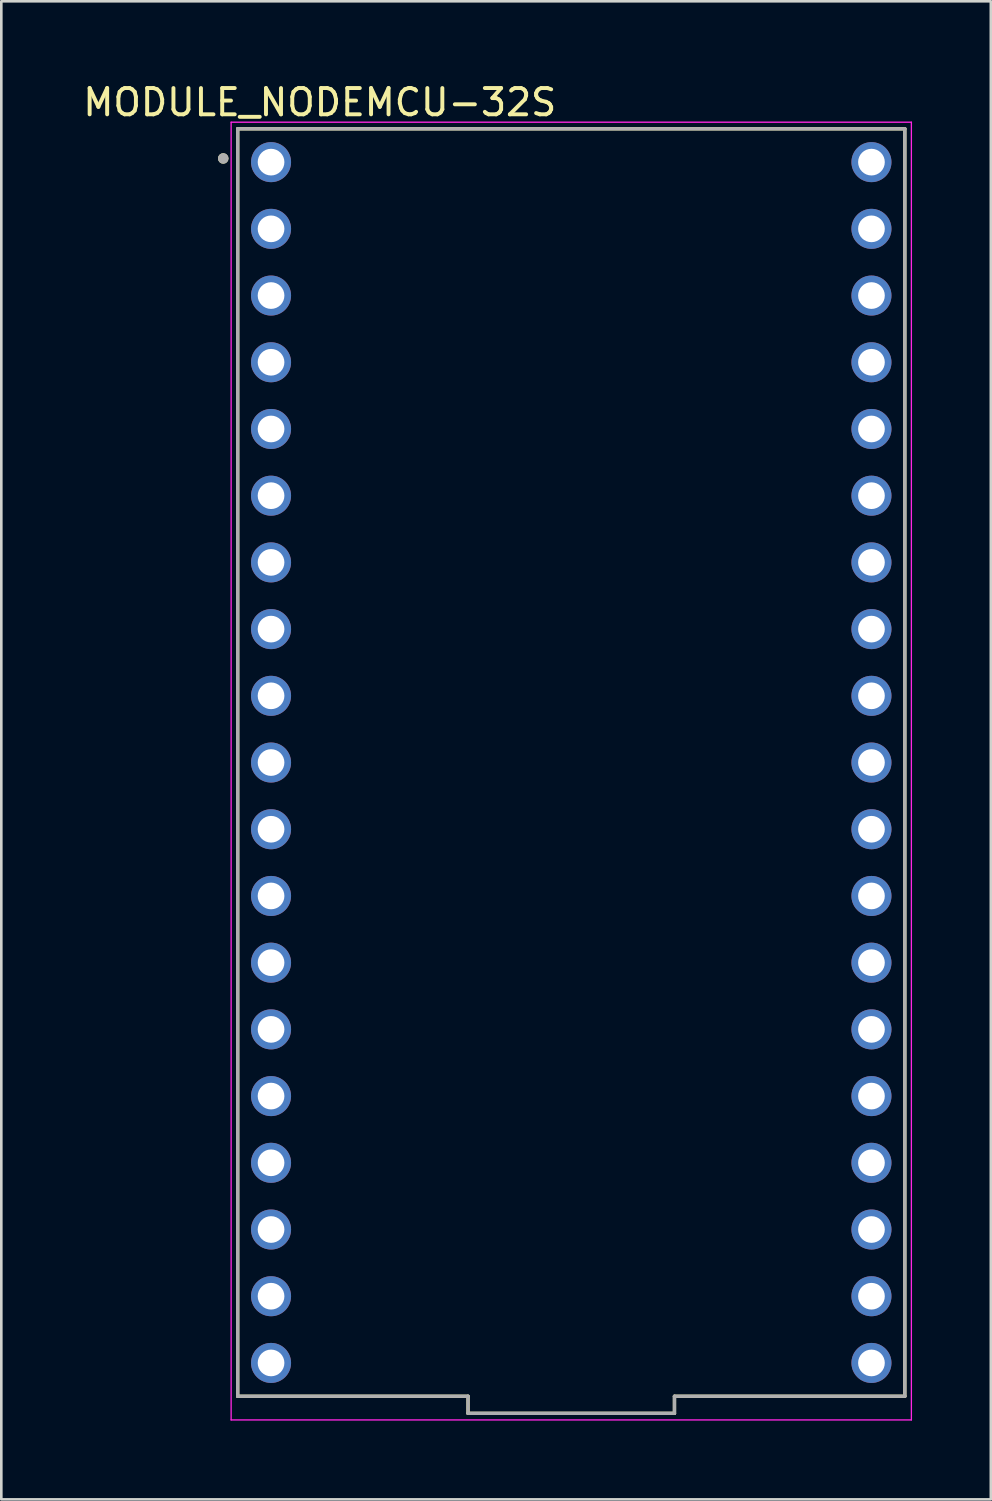
<source format=kicad_pcb>
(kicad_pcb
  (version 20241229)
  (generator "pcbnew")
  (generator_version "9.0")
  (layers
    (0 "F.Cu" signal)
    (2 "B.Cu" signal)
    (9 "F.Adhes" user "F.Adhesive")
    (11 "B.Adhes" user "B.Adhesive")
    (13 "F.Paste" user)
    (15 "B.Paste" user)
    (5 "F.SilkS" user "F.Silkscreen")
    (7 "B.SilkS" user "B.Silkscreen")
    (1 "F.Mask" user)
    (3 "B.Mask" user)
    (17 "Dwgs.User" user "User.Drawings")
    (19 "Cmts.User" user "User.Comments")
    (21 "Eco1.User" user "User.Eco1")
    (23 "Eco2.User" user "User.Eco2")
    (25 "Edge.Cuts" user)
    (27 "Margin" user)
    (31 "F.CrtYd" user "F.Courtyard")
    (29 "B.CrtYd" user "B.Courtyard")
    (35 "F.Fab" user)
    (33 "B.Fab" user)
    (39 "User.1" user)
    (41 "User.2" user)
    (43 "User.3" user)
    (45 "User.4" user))
  (footprint "MODULE_NODEMCU-32S"
    (layer "F.Cu")
    (at 18.7 25.983)
    (property "Reference" "MODULE_NODEMCU-32S" (at -9.575 -25.135 0) (layer "F.SilkS") (effects (font (size 1 1) (thickness 0.15))))
    (attr through_hole)
    (fp_line (start -12.7 -24.13) (end 12.7 -24.13) (stroke (width 0.127) (type solid)) (layer "F.SilkS"))
    (fp_line (start -12.7 24.13) (end -12.7 -24.13) (stroke (width 0.127) (type solid)) (layer "F.SilkS"))
    (fp_line (start -3.93 24.13) (end -12.7 24.13) (stroke (width 0.127) (type solid)) (layer "F.SilkS"))
    (fp_line (start -3.93 24.13) (end -3.93 24.78) (stroke (width 0.127) (type solid)) (layer "F.SilkS"))
    (fp_line (start -3.93 24.78) (end 3.93 24.78) (stroke (width 0.127) (type solid)) (layer "F.SilkS"))
    (fp_line (start 3.93 24.78) (end 3.93 24.13) (stroke (width 0.127) (type solid)) (layer "F.SilkS"))
    (fp_line (start 12.7 -24.13) (end 12.7 24.13) (stroke (width 0.127) (type solid)) (layer "F.SilkS"))
    (fp_line (start 12.7 24.13) (end 3.93 24.13) (stroke (width 0.127) (type solid)) (layer "F.SilkS"))
    (fp_circle (center -13.25 -23) (end -13.15 -23) (stroke (width 0.2) (type solid)) (fill no) (layer "F.SilkS"))
    (fp_line (start -12.95 -24.38) (end -12.95 25.03) (stroke (width 0.05) (type solid)) (layer "F.CrtYd"))
    (fp_line (start -12.95 25.03) (end 12.95 25.03) (stroke (width 0.05) (type solid)) (layer "F.CrtYd"))
    (fp_line (start 12.95 -24.38) (end -12.95 -24.38) (stroke (width 0.05) (type solid)) (layer "F.CrtYd"))
    (fp_line (start 12.95 25.03) (end 12.95 -24.38) (stroke (width 0.05) (type solid)) (layer "F.CrtYd"))
    (fp_line (start -12.7 -24.13) (end 12.7 -24.13) (stroke (width 0.127) (type solid)) (layer "F.Fab"))
    (fp_line (start -12.7 24.13) (end -12.7 -24.13) (stroke (width 0.127) (type solid)) (layer "F.Fab"))
    (fp_line (start -3.93 24.13) (end -12.7 24.13) (stroke (width 0.127) (type solid)) (layer "F.Fab"))
    (fp_line (start -3.93 24.13) (end -3.93 24.78) (stroke (width 0.127) (type solid)) (layer "F.Fab"))
    (fp_line (start -3.93 24.78) (end 3.93 24.78) (stroke (width 0.127) (type solid)) (layer "F.Fab"))
    (fp_line (start 3.93 24.78) (end 3.93 24.13) (stroke (width 0.127) (type solid)) (layer "F.Fab"))
    (fp_line (start 12.7 -24.13) (end 12.7 24.13) (stroke (width 0.127) (type solid)) (layer "F.Fab"))
    (fp_line (start 12.7 24.13) (end 3.93 24.13) (stroke (width 0.127) (type solid)) (layer "F.Fab"))
    (fp_circle (center -13.25 -23) (end -13.15 -23) (stroke (width 0.2) (type solid)) (fill no) (layer "F.Fab"))
    (pad "J1_1" thru_hole circle (at -11.43 -22.86) (size 1.524 1.524) (drill 1.016) (layers "*.Cu" "*.Mask"))
    (pad "J1_2" thru_hole circle (at -11.43 -20.32) (size 1.524 1.524) (drill 1.016) (layers "*.Cu" "*.Mask"))
    (pad "J1_3" thru_hole circle (at -11.43 -17.78) (size 1.524 1.524) (drill 1.016) (layers "*.Cu" "*.Mask"))
    (pad "J1_4" thru_hole circle (at -11.43 -15.24) (size 1.524 1.524) (drill 1.016) (layers "*.Cu" "*.Mask"))
    (pad "J1_5" thru_hole circle (at -11.43 -12.7) (size 1.524 1.524) (drill 1.016) (layers "*.Cu" "*.Mask"))
    (pad "J1_6" thru_hole circle (at -11.43 -10.16) (size 1.524 1.524) (drill 1.016) (layers "*.Cu" "*.Mask"))
    (pad "J1_7" thru_hole circle (at -11.43 -7.62) (size 1.524 1.524) (drill 1.016) (layers "*.Cu" "*.Mask"))
    (pad "J1_8" thru_hole circle (at -11.43 -5.08) (size 1.524 1.524) (drill 1.016) (layers "*.Cu" "*.Mask"))
    (pad "J1_9" thru_hole circle (at -11.43 -2.54) (size 1.524 1.524) (drill 1.016) (layers "*.Cu" "*.Mask"))
    (pad "J1_10" thru_hole circle (at -11.43 0) (size 1.524 1.524) (drill 1.016) (layers "*.Cu" "*.Mask"))
    (pad "J1_11" thru_hole circle (at -11.43 2.54) (size 1.524 1.524) (drill 1.016) (layers "*.Cu" "*.Mask"))
    (pad "J1_12" thru_hole circle (at -11.43 5.08) (size 1.524 1.524) (drill 1.016) (layers "*.Cu" "*.Mask"))
    (pad "J1_13" thru_hole circle (at -11.43 7.62) (size 1.524 1.524) (drill 1.016) (layers "*.Cu" "*.Mask"))
    (pad "J1_14" thru_hole circle (at -11.43 10.16) (size 1.524 1.524) (drill 1.016) (layers "*.Cu" "*.Mask"))
    (pad "J1_15" thru_hole circle (at -11.43 12.7) (size 1.524 1.524) (drill 1.016) (layers "*.Cu" "*.Mask"))
    (pad "J1_16" thru_hole circle (at -11.43 15.24) (size 1.524 1.524) (drill 1.016) (layers "*.Cu" "*.Mask"))
    (pad "J1_17" thru_hole circle (at -11.43 17.78) (size 1.524 1.524) (drill 1.016) (layers "*.Cu" "*.Mask"))
    (pad "J1_18" thru_hole circle (at -11.43 20.32) (size 1.524 1.524) (drill 1.016) (layers "*.Cu" "*.Mask"))
    (pad "J1_19" thru_hole circle (at -11.43 22.86) (size 1.524 1.524) (drill 1.016) (layers "*.Cu" "*.Mask"))
    (pad "J2_1" thru_hole circle (at 11.43 -22.86) (size 1.524 1.524) (drill 1.016) (layers "*.Cu" "*.Mask"))
    (pad "J2_2" thru_hole circle (at 11.43 -20.32) (size 1.524 1.524) (drill 1.016) (layers "*.Cu" "*.Mask"))
    (pad "J2_3" thru_hole circle (at 11.43 -17.78) (size 1.524 1.524) (drill 1.016) (layers "*.Cu" "*.Mask"))
    (pad "J2_4" thru_hole circle (at 11.43 -15.24) (size 1.524 1.524) (drill 1.016) (layers "*.Cu" "*.Mask"))
    (pad "J2_5" thru_hole circle (at 11.43 -12.7) (size 1.524 1.524) (drill 1.016) (layers "*.Cu" "*.Mask"))
    (pad "J2_6" thru_hole circle (at 11.43 -10.16) (size 1.524 1.524) (drill 1.016) (layers "*.Cu" "*.Mask"))
    (pad "J2_7" thru_hole circle (at 11.43 -7.62) (size 1.524 1.524) (drill 1.016) (layers "*.Cu" "*.Mask"))
    (pad "J2_8" thru_hole circle (at 11.43 -5.08) (size 1.524 1.524) (drill 1.016) (layers "*.Cu" "*.Mask"))
    (pad "J2_9" thru_hole circle (at 11.43 -2.54) (size 1.524 1.524) (drill 1.016) (layers "*.Cu" "*.Mask"))
    (pad "J2_10" thru_hole circle (at 11.43 0) (size 1.524 1.524) (drill 1.016) (layers "*.Cu" "*.Mask"))
    (pad "J2_11" thru_hole circle (at 11.43 2.54) (size 1.524 1.524) (drill 1.016) (layers "*.Cu" "*.Mask"))
    (pad "J2_12" thru_hole circle (at 11.43 5.08) (size 1.524 1.524) (drill 1.016) (layers "*.Cu" "*.Mask"))
    (pad "J2_13" thru_hole circle (at 11.43 7.62) (size 1.524 1.524) (drill 1.016) (layers "*.Cu" "*.Mask"))
    (pad "J2_14" thru_hole circle (at 11.43 10.16) (size 1.524 1.524) (drill 1.016) (layers "*.Cu" "*.Mask"))
    (pad "J2_15" thru_hole circle (at 11.43 12.7) (size 1.524 1.524) (drill 1.016) (layers "*.Cu" "*.Mask"))
    (pad "J2_16" thru_hole circle (at 11.43 15.24) (size 1.524 1.524) (drill 1.016) (layers "*.Cu" "*.Mask"))
    (pad "J2_17" thru_hole circle (at 11.43 17.78) (size 1.524 1.524) (drill 1.016) (layers "*.Cu" "*.Mask"))
    (pad "J2_18" thru_hole circle (at 11.43 20.32) (size 1.524 1.524) (drill 1.016) (layers "*.Cu" "*.Mask"))
    (pad "J2_19" thru_hole circle (at 11.43 22.86) (size 1.524 1.524) (drill 1.016) (layers "*.Cu" "*.Mask")))
  (gr_rect
    (start -3 -3)
    (end 34.675 54.038)
    (stroke (width 0.1) (type default))
    (fill no)
    (layer "Edge.Cuts")))
</source>
